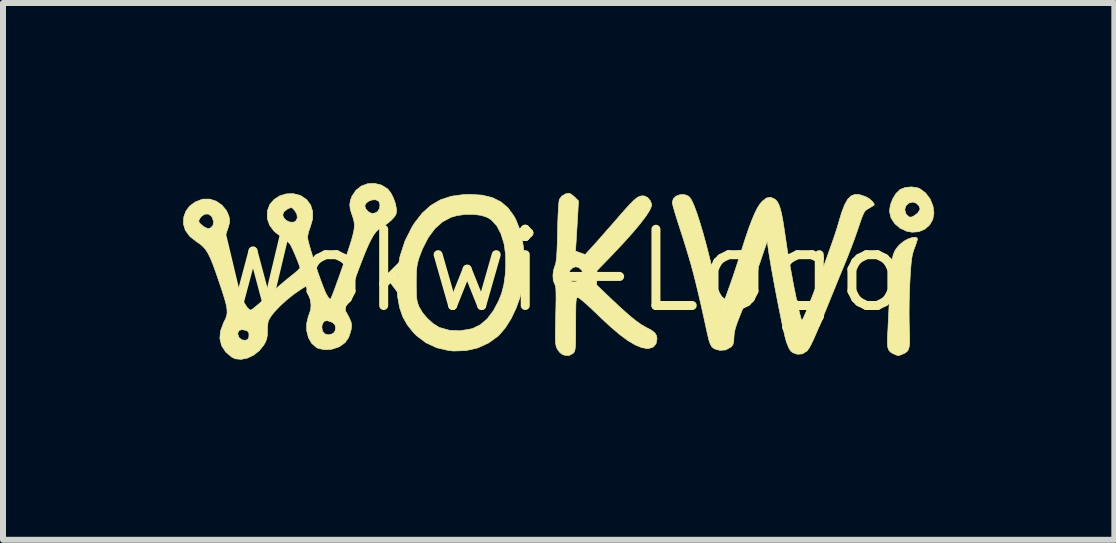
<source format=kicad_pcb>
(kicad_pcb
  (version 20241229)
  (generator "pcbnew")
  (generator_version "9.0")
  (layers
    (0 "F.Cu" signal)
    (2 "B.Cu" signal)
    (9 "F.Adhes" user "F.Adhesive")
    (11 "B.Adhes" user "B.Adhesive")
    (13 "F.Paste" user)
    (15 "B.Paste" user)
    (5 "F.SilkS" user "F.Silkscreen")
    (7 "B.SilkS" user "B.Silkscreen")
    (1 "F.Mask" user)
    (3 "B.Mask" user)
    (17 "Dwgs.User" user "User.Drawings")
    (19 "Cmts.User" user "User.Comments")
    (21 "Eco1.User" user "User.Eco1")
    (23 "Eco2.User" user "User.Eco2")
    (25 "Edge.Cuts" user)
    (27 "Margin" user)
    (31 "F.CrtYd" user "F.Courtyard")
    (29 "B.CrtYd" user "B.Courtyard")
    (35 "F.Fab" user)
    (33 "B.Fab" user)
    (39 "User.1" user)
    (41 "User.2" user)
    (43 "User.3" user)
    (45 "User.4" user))
  (footprint "Wokwi-Logo"
    (layer "F.Cu")
    (at 6.245 1.46)
    (property "Reference" "Wokwi-Logo" (at 0 0 0) (layer "F.SilkS") (effects (font (size 1.27 1.27) (thickness 0.15))))
    (attr through_hole)
    (fp_poly (pts (xy 5.988 -1.383) (xy 6.03 -1.366) (xy 6.126 -1.295) (xy 6.201 -1.195) (xy 6.249 -1.077) (xy 6.265 -0.963) (xy 6.245 -0.853) (xy 6.192 -0.761) (xy 6.113 -0.692) (xy 6.013 -0.65) (xy 5.901 -0.641) (xy 5.813 -0.657) (xy 5.702 -0.708) (xy 5.612 -0.784) (xy 5.551 -0.877) (xy 5.525 -0.981) (xy 5.524 -0.997) (xy 5.528 -1.021) (xy 5.779 -1.021) (xy 5.793 -0.957) (xy 5.814 -0.928) (xy 5.851 -0.896) (xy 5.888 -0.893) (xy 5.933 -0.914) (xy 5.993 -0.959) (xy 6.028 -1.013) (xy 6.032 -1.036) (xy 6.014 -1.083) (xy 5.971 -1.124) (xy 5.915 -1.143) (xy 5.909 -1.143) (xy 5.843 -1.125) (xy 5.798 -1.081) (xy 5.779 -1.021) (xy 5.528 -1.021) (xy 5.539 -1.096) (xy 5.578 -1.198) (xy 5.633 -1.287) (xy 5.698 -1.35) (xy 5.703 -1.354) (xy 5.789 -1.387) (xy 5.891 -1.396) (xy 5.988 -1.383)) (stroke (width 0.01) (type solid)) (fill yes) (layer "F.SilkS"))
    (fp_poly (pts (xy 5.984 -0.546) (xy 5.99 -0.527) (xy 5.983 -0.5) (xy 5.965 -0.444) (xy 5.939 -0.373) (xy 5.938 -0.371) (xy 5.92 -0.318) (xy 5.905 -0.263) (xy 5.894 -0.2) (xy 5.885 -0.121) (xy 5.876 -0.018) (xy 5.868 0.116) (xy 5.863 0.207) (xy 5.857 0.365) (xy 5.852 0.534) (xy 5.851 0.7) (xy 5.852 0.849) (xy 5.855 0.954) (xy 5.86 1.091) (xy 5.86 1.193) (xy 5.853 1.265) (xy 5.838 1.316) (xy 5.813 1.35) (xy 5.775 1.375) (xy 5.746 1.388) (xy 5.697 1.408) (xy 5.669 1.414) (xy 5.639 1.406) (xy 5.595 1.387) (xy 5.545 1.36) (xy 5.512 1.323) (xy 5.494 1.27) (xy 5.489 1.191) (xy 5.492 1.079) (xy 5.492 1.075) (xy 5.497 0.997) (xy 5.502 0.886) (xy 5.509 0.75) (xy 5.516 0.598) (xy 5.523 0.439) (xy 5.527 0.349) (xy 5.535 0.163) (xy 5.545 0.013) (xy 5.556 -0.105) (xy 5.57 -0.198) (xy 5.588 -0.27) (xy 5.611 -0.327) (xy 5.642 -0.375) (xy 5.68 -0.42) (xy 5.703 -0.443) (xy 5.764 -0.491) (xy 5.832 -0.528) (xy 5.897 -0.551) (xy 5.951 -0.558) (xy 5.984 -0.546)) (stroke (width 0.01) (type solid)) (fill yes) (layer "F.SilkS"))
    (fp_poly (pts (xy -1.262 -1.259) (xy -1.093 -1.218) (xy -0.951 -1.148) (xy -0.832 -1.047) (xy -0.734 -0.912) (xy -0.702 -0.854) (xy -0.639 -0.697) (xy -0.592 -0.511) (xy -0.563 -0.308) (xy -0.553 -0.098) (xy -0.562 0.107) (xy -0.581 0.243) (xy -0.629 0.437) (xy -0.697 0.626) (xy -0.781 0.801) (xy -0.876 0.952) (xy -0.978 1.071) (xy -0.993 1.086) (xy -1.154 1.203) (xy -1.335 1.286) (xy -1.532 1.331) (xy -1.738 1.338) (xy -1.82 1.33) (xy -2.019 1.284) (xy -2.199 1.2) (xy -2.357 1.081) (xy -2.408 1.029) (xy -2.51 0.901) (xy -2.586 0.765) (xy -2.638 0.612) (xy -2.67 0.434) (xy -2.681 0.296) (xy -2.679 0.207) (xy -2.36 0.207) (xy -2.36 0.212) (xy -2.359 0.332) (xy -2.356 0.419) (xy -2.349 0.484) (xy -2.338 0.535) (xy -2.321 0.583) (xy -2.31 0.608) (xy -2.253 0.703) (xy -2.172 0.798) (xy -2.079 0.881) (xy -1.987 0.939) (xy -1.973 0.946) (xy -1.806 0.993) (xy -1.629 1.001) (xy -1.445 0.969) (xy -1.415 0.96) (xy -1.292 0.9) (xy -1.178 0.802) (xy -1.076 0.668) (xy -0.988 0.503) (xy -0.938 0.378) (xy -0.901 0.235) (xy -0.878 0.068) (xy -0.869 -0.111) (xy -0.874 -0.284) (xy -0.895 -0.438) (xy -0.898 -0.449) (xy -0.949 -0.616) (xy -1.019 -0.749) (xy -1.109 -0.846) (xy -1.171 -0.886) (xy -1.274 -0.921) (xy -1.401 -0.938) (xy -1.54 -0.938) (xy -1.678 -0.919) (xy -1.784 -0.889) (xy -1.923 -0.814) (xy -2.05 -0.701) (xy -2.161 -0.551) (xy -2.256 -0.365) (xy -2.311 -0.222) (xy -2.332 -0.152) (xy -2.346 -0.086) (xy -2.355 -0.011) (xy -2.359 0.083) (xy -2.36 0.207) (xy -2.679 0.207) (xy -2.676 0.026) (xy -2.631 -0.239) (xy -2.549 -0.493) (xy -2.43 -0.729) (xy -2.389 -0.794) (xy -2.259 -0.961) (xy -2.116 -1.089) (xy -1.956 -1.182) (xy -1.775 -1.241) (xy -1.568 -1.269) (xy -1.462 -1.272) (xy -1.262 -1.259)) (stroke (width 0.01) (type solid)) (fill yes) (layer "F.SilkS"))
    (fp_poly (pts (xy 0.217 -1.277) (xy 0.263 -1.242) (xy 0.279 -1.227) (xy 0.343 -1.163) (xy 0.33 -0.925) (xy 0.323 -0.805) (xy 0.315 -0.676) (xy 0.308 -0.56) (xy 0.305 -0.508) (xy 0.293 -0.327) (xy 0.373 -0.298) (xy 0.454 -0.269) (xy 0.578 -0.404) (xy 0.631 -0.463) (xy 0.704 -0.545) (xy 0.792 -0.646) (xy 0.889 -0.756) (xy 0.987 -0.868) (xy 1 -0.884) (xy 1.106 -1.005) (xy 1.19 -1.097) (xy 1.256 -1.164) (xy 1.308 -1.209) (xy 1.351 -1.235) (xy 1.389 -1.246) (xy 1.427 -1.247) (xy 1.44 -1.245) (xy 1.495 -1.219) (xy 1.538 -1.168) (xy 1.561 -1.109) (xy 1.559 -1.076) (xy 1.529 -1.006) (xy 1.467 -0.909) (xy 1.375 -0.788) (xy 1.253 -0.642) (xy 1.102 -0.473) (xy 0.922 -0.282) (xy 0.871 -0.228) (xy 0.651 -0.001) (xy 0.648 0.119) (xy 0.646 0.238) (xy 0.847 0.431) (xy 1.019 0.593) (xy 1.165 0.724) (xy 1.287 0.825) (xy 1.387 0.897) (xy 1.465 0.942) (xy 1.465 0.942) (xy 1.558 0.991) (xy 1.616 1.036) (xy 1.644 1.086) (xy 1.651 1.133) (xy 1.635 1.217) (xy 1.588 1.272) (xy 1.514 1.296) (xy 1.486 1.297) (xy 1.393 1.28) (xy 1.287 1.236) (xy 1.165 1.164) (xy 1.026 1.061) (xy 0.868 0.926) (xy 0.688 0.758) (xy 0.646 0.717) (xy 0.555 0.631) (xy 0.473 0.555) (xy 0.404 0.496) (xy 0.355 0.458) (xy 0.331 0.445) (xy 0.32 0.448) (xy 0.311 0.462) (xy 0.305 0.492) (xy 0.3 0.544) (xy 0.298 0.621) (xy 0.297 0.73) (xy 0.296 0.876) (xy 0.296 0.889) (xy 0.296 1.038) (xy 0.295 1.15) (xy 0.293 1.232) (xy 0.289 1.289) (xy 0.282 1.327) (xy 0.273 1.352) (xy 0.26 1.37) (xy 0.254 1.376) (xy 0.19 1.412) (xy 0.113 1.409) (xy 0.071 1.393) (xy 0.03 1.36) (xy -0.009 1.308) (xy -0.012 1.302) (xy -0.024 1.276) (xy -0.033 1.245) (xy -0.039 1.203) (xy -0.042 1.145) (xy -0.043 1.064) (xy -0.041 0.954) (xy -0.038 0.81) (xy -0.037 0.749) (xy -0.033 0.588) (xy -0.031 0.464) (xy -0.032 0.372) (xy -0.034 0.307) (xy -0.04 0.263) (xy -0.048 0.235) (xy -0.054 0.223) (xy -0.077 0.164) (xy -0.083 0.082) (xy -0.08 0.052) (xy 0.176 0.052) (xy 0.178 0.116) (xy 0.191 0.15) (xy 0.23 0.183) (xy 0.285 0.187) (xy 0.346 0.16) (xy 0.371 0.139) (xy 0.413 0.086) (xy 0.419 0.04) (xy 0.392 -0.015) (xy 0.39 -0.016) (xy 0.343 -0.057) (xy 0.29 -0.065) (xy 0.24 -0.044) (xy 0.199 -0.003) (xy 0.176 0.052) (xy -0.08 0.052) (xy -0.073 -0.008) (xy -0.05 -0.08) (xy -0.038 -0.115) (xy -0.029 -0.164) (xy -0.022 -0.231) (xy -0.016 -0.323) (xy -0.011 -0.444) (xy -0.007 -0.601) (xy -0.006 -0.646) (xy -0.003 -0.788) (xy 0.002 -0.919) (xy 0.008 -1.032) (xy 0.014 -1.119) (xy 0.021 -1.174) (xy 0.024 -1.188) (xy 0.065 -1.243) (xy 0.129 -1.281) (xy 0.183 -1.291) (xy 0.217 -1.277)) (stroke (width 0.01) (type solid)) (fill yes) (layer "F.SilkS"))
    (fp_poly (pts (xy 5.027 -1.267) (xy 5.118 -1.237) (xy 5.137 -1.229) (xy 5.189 -1.198) (xy 5.234 -1.159) (xy 5.265 -1.122) (xy 5.27 -1.095) (xy 5.267 -1.092) (xy 5.246 -1.079) (xy 5.202 -1.052) (xy 5.183 -1.04) (xy 5.152 -1.022) (xy 5.129 -1.005) (xy 5.109 -0.983) (xy 5.091 -0.95) (xy 5.069 -0.898) (xy 5.042 -0.823) (xy 5.006 -0.717) (xy 4.985 -0.656) (xy 4.939 -0.525) (xy 4.883 -0.376) (xy 4.825 -0.228) (xy 4.784 -0.127) (xy 4.746 -0.035) (xy 4.695 0.087) (xy 4.636 0.233) (xy 4.571 0.392) (xy 4.504 0.557) (xy 4.442 0.709) (xy 4.369 0.889) (xy 4.308 1.033) (xy 4.259 1.145) (xy 4.219 1.228) (xy 4.187 1.287) (xy 4.16 1.325) (xy 4.148 1.339) (xy 4.071 1.386) (xy 3.987 1.392) (xy 3.912 1.365) (xy 3.878 1.337) (xy 3.848 1.289) (xy 3.816 1.211) (xy 3.802 1.17) (xy 3.786 1.113) (xy 3.765 1.021) (xy 3.738 0.9) (xy 3.709 0.757) (xy 3.677 0.599) (xy 3.644 0.431) (xy 3.612 0.261) (xy 3.581 0.094) (xy 3.553 -0.062) (xy 3.53 -0.201) (xy 3.511 -0.317) (xy 3.502 -0.379) (xy 3.488 -0.493) (xy 3.355 -0.104) (xy 3.301 0.051) (xy 3.238 0.223) (xy 3.173 0.396) (xy 3.111 0.555) (xy 3.079 0.633) (xy 3.025 0.768) (xy 2.985 0.872) (xy 2.958 0.952) (xy 2.942 1.017) (xy 2.935 1.073) (xy 2.933 1.107) (xy 2.928 1.183) (xy 2.916 1.231) (xy 2.891 1.264) (xy 2.881 1.273) (xy 2.795 1.32) (xy 2.702 1.327) (xy 2.648 1.315) (xy 2.6 1.297) (xy 2.565 1.268) (xy 2.538 1.222) (xy 2.514 1.151) (xy 2.489 1.046) (xy 2.487 1.037) (xy 2.432 0.784) (xy 2.383 0.565) (xy 2.339 0.374) (xy 2.298 0.205) (xy 2.259 0.051) (xy 2.22 -0.094) (xy 2.178 -0.238) (xy 2.133 -0.387) (xy 2.083 -0.547) (xy 2.025 -0.726) (xy 2.009 -0.774) (xy 1.974 -0.887) (xy 1.943 -0.988) (xy 1.92 -1.07) (xy 1.907 -1.124) (xy 1.905 -1.139) (xy 1.923 -1.199) (xy 1.97 -1.243) (xy 2.035 -1.267) (xy 2.105 -1.269) (xy 2.17 -1.244) (xy 2.196 -1.222) (xy 2.23 -1.17) (xy 2.271 -1.079) (xy 2.317 -0.954) (xy 2.367 -0.799) (xy 2.421 -0.617) (xy 2.477 -0.411) (xy 2.534 -0.187) (xy 2.591 0.053) (xy 2.635 0.253) (xy 2.66 0.368) (xy 2.683 0.468) (xy 2.701 0.546) (xy 2.713 0.595) (xy 2.717 0.608) (xy 2.729 0.594) (xy 2.752 0.545) (xy 2.784 0.466) (xy 2.823 0.361) (xy 2.868 0.236) (xy 2.917 0.096) (xy 2.967 -0.055) (xy 3.018 -0.211) (xy 3.05 -0.311) (xy 3.117 -0.522) (xy 3.176 -0.696) (xy 3.229 -0.838) (xy 3.276 -0.95) (xy 3.319 -1.038) (xy 3.361 -1.105) (xy 3.402 -1.155) (xy 3.406 -1.159) (xy 3.477 -1.212) (xy 3.543 -1.224) (xy 3.609 -1.195) (xy 3.629 -1.18) (xy 3.656 -1.149) (xy 3.68 -1.104) (xy 3.703 -1.041) (xy 3.725 -0.955) (xy 3.747 -0.842) (xy 3.77 -0.696) (xy 3.797 -0.513) (xy 3.799 -0.5) (xy 3.818 -0.37) (xy 3.842 -0.225) (xy 3.869 -0.071) (xy 3.898 0.087) (xy 3.927 0.243) (xy 3.957 0.391) (xy 3.985 0.526) (xy 4.011 0.642) (xy 4.034 0.734) (xy 4.051 0.797) (xy 4.064 0.825) (xy 4.065 0.826) (xy 4.079 0.806) (xy 4.105 0.752) (xy 4.141 0.668) (xy 4.185 0.559) (xy 4.236 0.43) (xy 4.292 0.286) (xy 4.35 0.132) (xy 4.409 -0.027) (xy 4.468 -0.186) (xy 4.523 -0.34) (xy 4.574 -0.483) (xy 4.618 -0.612) (xy 4.653 -0.721) (xy 4.678 -0.805) (xy 4.679 -0.81) (xy 4.729 -0.976) (xy 4.778 -1.102) (xy 4.829 -1.192) (xy 4.886 -1.247) (xy 4.951 -1.272) (xy 5.027 -1.267)) (stroke (width 0.01) (type solid)) (fill yes) (layer "F.SilkS"))
    (fp_poly (pts (xy -2.941 -1.427) (xy -2.837 -1.363) (xy -2.787 -1.302) (xy -2.742 -1.215) (xy -2.707 -1.118) (xy -2.689 -1.025) (xy -2.688 -1.001) (xy -2.695 -0.948) (xy -2.721 -0.9) (xy -2.773 -0.844) (xy -2.774 -0.843) (xy -2.84 -0.787) (xy -2.911 -0.737) (xy -2.942 -0.72) (xy -2.984 -0.693) (xy -3.024 -0.655) (xy -3.065 -0.602) (xy -3.107 -0.53) (xy -3.154 -0.436) (xy -3.206 -0.316) (xy -3.265 -0.167) (xy -3.334 0.014) (xy -3.412 0.232) (xy -3.428 0.275) (xy -3.476 0.413) (xy -3.51 0.517) (xy -3.532 0.591) (xy -3.541 0.64) (xy -3.54 0.669) (xy -3.536 0.677) (xy -3.513 0.715) (xy -3.482 0.774) (xy -3.469 0.8) (xy -3.444 0.862) (xy -3.437 0.915) (xy -3.445 0.981) (xy -3.449 0.998) (xy -3.486 1.113) (xy -3.546 1.198) (xy -3.634 1.261) (xy -3.653 1.271) (xy -3.768 1.309) (xy -3.884 1.317) (xy -3.99 1.295) (xy -4.023 1.279) (xy -4.102 1.211) (xy -4.156 1.116) (xy -4.185 1.002) (xy -4.186 0.937) (xy -3.933 0.937) (xy -3.923 1.007) (xy -3.885 1.052) (xy -3.828 1.069) (xy -3.762 1.053) (xy -3.731 1.032) (xy -3.711 0.997) (xy -3.704 0.95) (xy -3.713 0.904) (xy -3.745 0.871) (xy -3.779 0.852) (xy -3.85 0.831) (xy -3.899 0.846) (xy -3.927 0.897) (xy -3.933 0.937) (xy -4.186 0.937) (xy -4.186 0.88) (xy -4.157 0.757) (xy -4.146 0.73) (xy -4.12 0.653) (xy -4.113 0.575) (xy -4.125 0.484) (xy -4.157 0.368) (xy -4.161 0.355) (xy -4.194 0.255) (xy -4.282 0.31) (xy -4.4 0.391) (xy -4.52 0.488) (xy -4.632 0.59) (xy -4.723 0.687) (xy -4.745 0.713) (xy -4.793 0.778) (xy -4.82 0.827) (xy -4.833 0.878) (xy -4.837 0.947) (xy -4.838 0.986) (xy -4.841 1.074) (xy -4.852 1.138) (xy -4.875 1.195) (xy -4.902 1.241) (xy -4.977 1.334) (xy -5.071 1.407) (xy -5.173 1.456) (xy -5.277 1.477) (xy -5.373 1.468) (xy -5.429 1.443) (xy -5.535 1.354) (xy -5.603 1.249) (xy -5.632 1.13) (xy -5.625 1.048) (xy -5.334 1.048) (xy -5.316 1.11) (xy -5.269 1.151) (xy -5.21 1.16) (xy -5.169 1.147) (xy -5.151 1.113) (xy -5.147 1.085) (xy -5.149 1.034) (xy -5.172 1.006) (xy -5.198 0.994) (xy -5.266 0.981) (xy -5.313 0.997) (xy -5.334 1.04) (xy -5.334 1.048) (xy -5.625 1.048) (xy -5.62 1.001) (xy -5.569 0.864) (xy -5.565 0.856) (xy -5.537 0.801) (xy -5.519 0.751) (xy -5.511 0.698) (xy -5.514 0.637) (xy -5.528 0.561) (xy -5.554 0.464) (xy -5.593 0.34) (xy -5.642 0.194) (xy -5.7 0.025) (xy -5.749 -0.109) (xy -5.792 -0.214) (xy -5.832 -0.294) (xy -5.873 -0.356) (xy -5.916 -0.405) (xy -5.966 -0.447) (xy -6.017 -0.481) (xy -6.132 -0.571) (xy -6.206 -0.671) (xy -6.24 -0.78) (xy -6.237 -0.837) (xy -5.983 -0.837) (xy -5.979 -0.809) (xy -5.956 -0.78) (xy -5.9 -0.734) (xy -5.838 -0.703) (xy -5.825 -0.7) (xy -5.803 -0.707) (xy -5.777 -0.72) (xy -5.745 -0.759) (xy -5.737 -0.817) (xy -5.756 -0.881) (xy -5.775 -0.911) (xy -5.825 -0.944) (xy -5.883 -0.942) (xy -5.939 -0.905) (xy -5.961 -0.878) (xy -5.983 -0.837) (xy -6.237 -0.837) (xy -6.233 -0.896) (xy -6.2 -0.988) (xy -6.136 -1.076) (xy -6.042 -1.145) (xy -5.929 -1.189) (xy -5.908 -1.193) (xy -5.799 -1.193) (xy -5.692 -1.158) (xy -5.597 -1.092) (xy -5.523 -1.004) (xy -5.482 -0.911) (xy -5.47 -0.853) (xy -5.471 -0.803) (xy -5.486 -0.742) (xy -5.503 -0.69) (xy -5.534 -0.599) (xy -5.552 -0.525) (xy -5.558 -0.456) (xy -5.551 -0.383) (xy -5.53 -0.295) (xy -5.495 -0.18) (xy -5.481 -0.137) (xy -5.405 0.09) (xy -5.337 0.277) (xy -5.277 0.425) (xy -5.225 0.536) (xy -5.179 0.61) (xy -5.139 0.649) (xy -5.116 0.656) (xy -5.092 0.642) (xy -5.044 0.604) (xy -4.977 0.548) (xy -4.897 0.477) (xy -4.858 0.442) (xy -4.758 0.352) (xy -4.653 0.26) (xy -4.553 0.175) (xy -4.471 0.108) (xy -4.461 0.1) (xy -4.391 0.044) (xy -4.336 -0.003) (xy -4.303 -0.036) (xy -4.297 -0.045) (xy -4.305 -0.077) (xy -4.326 -0.136) (xy -4.356 -0.211) (xy -4.389 -0.29) (xy -4.422 -0.363) (xy -4.449 -0.418) (xy -4.459 -0.437) (xy -4.496 -0.477) (xy -4.555 -0.526) (xy -4.605 -0.561) (xy -4.725 -0.654) (xy -4.803 -0.757) (xy -4.842 -0.869) (xy -4.841 -0.932) (xy -4.584 -0.932) (xy -4.572 -0.888) (xy -4.527 -0.838) (xy -4.467 -0.81) (xy -4.406 -0.808) (xy -4.365 -0.83) (xy -4.341 -0.881) (xy -4.35 -0.945) (xy -4.388 -1.007) (xy -4.423 -1.044) (xy -4.452 -1.051) (xy -4.493 -1.034) (xy -4.502 -1.03) (xy -4.564 -0.984) (xy -4.584 -0.932) (xy -4.841 -0.932) (xy -4.84 -0.992) (xy -4.838 -1.004) (xy -4.8 -1.104) (xy -4.729 -1.186) (xy -4.636 -1.246) (xy -4.527 -1.28) (xy -4.411 -1.284) (xy -4.296 -1.256) (xy -4.284 -1.251) (xy -4.187 -1.185) (xy -4.12 -1.095) (xy -4.086 -0.986) (xy -4.086 -0.864) (xy -4.123 -0.736) (xy -4.126 -0.728) (xy -4.153 -0.653) (xy -4.168 -0.578) (xy -4.17 -0.553) (xy -4.163 -0.507) (xy -4.143 -0.43) (xy -4.114 -0.329) (xy -4.078 -0.211) (xy -4.036 -0.085) (xy -3.993 0.043) (xy -3.95 0.163) (xy -3.91 0.269) (xy -3.876 0.353) (xy -3.859 0.389) (xy -3.827 0.442) (xy -3.801 0.472) (xy -3.789 0.474) (xy -3.776 0.448) (xy -3.752 0.39) (xy -3.72 0.306) (xy -3.683 0.203) (xy -3.655 0.127) (xy -3.582 -0.081) (xy -3.522 -0.253) (xy -3.475 -0.395) (xy -3.439 -0.509) (xy -3.414 -0.602) (xy -3.398 -0.676) (xy -3.391 -0.737) (xy -3.392 -0.788) (xy -3.4 -0.835) (xy -3.413 -0.881) (xy -3.426 -0.919) (xy -3.459 -1.02) (xy -3.465 -1.077) (xy -3.217 -1.077) (xy -3.199 -1.026) (xy -3.156 -0.98) (xy -3.102 -0.954) (xy -3.087 -0.953) (xy -3.035 -0.966) (xy -3.002 -0.988) (xy -2.972 -1.037) (xy -2.965 -1.099) (xy -2.982 -1.152) (xy -2.989 -1.16) (xy -3.036 -1.182) (xy -3.097 -1.179) (xy -3.157 -1.156) (xy -3.201 -1.119) (xy -3.217 -1.077) (xy -3.465 -1.077) (xy -3.468 -1.101) (xy -3.456 -1.177) (xy -3.431 -1.241) (xy -3.364 -1.341) (xy -3.274 -1.411) (xy -3.168 -1.45) (xy -3.055 -1.455) (xy -2.941 -1.427)) (stroke (width 0.01) (type solid)) (fill yes) (layer "F.SilkS")))
  (gr_rect
    (start -3 -3)
    (end 15.515 5.943)
    (stroke (width 0.1) (type default))
    (fill no)
    (layer "Edge.Cuts")))
</source>
